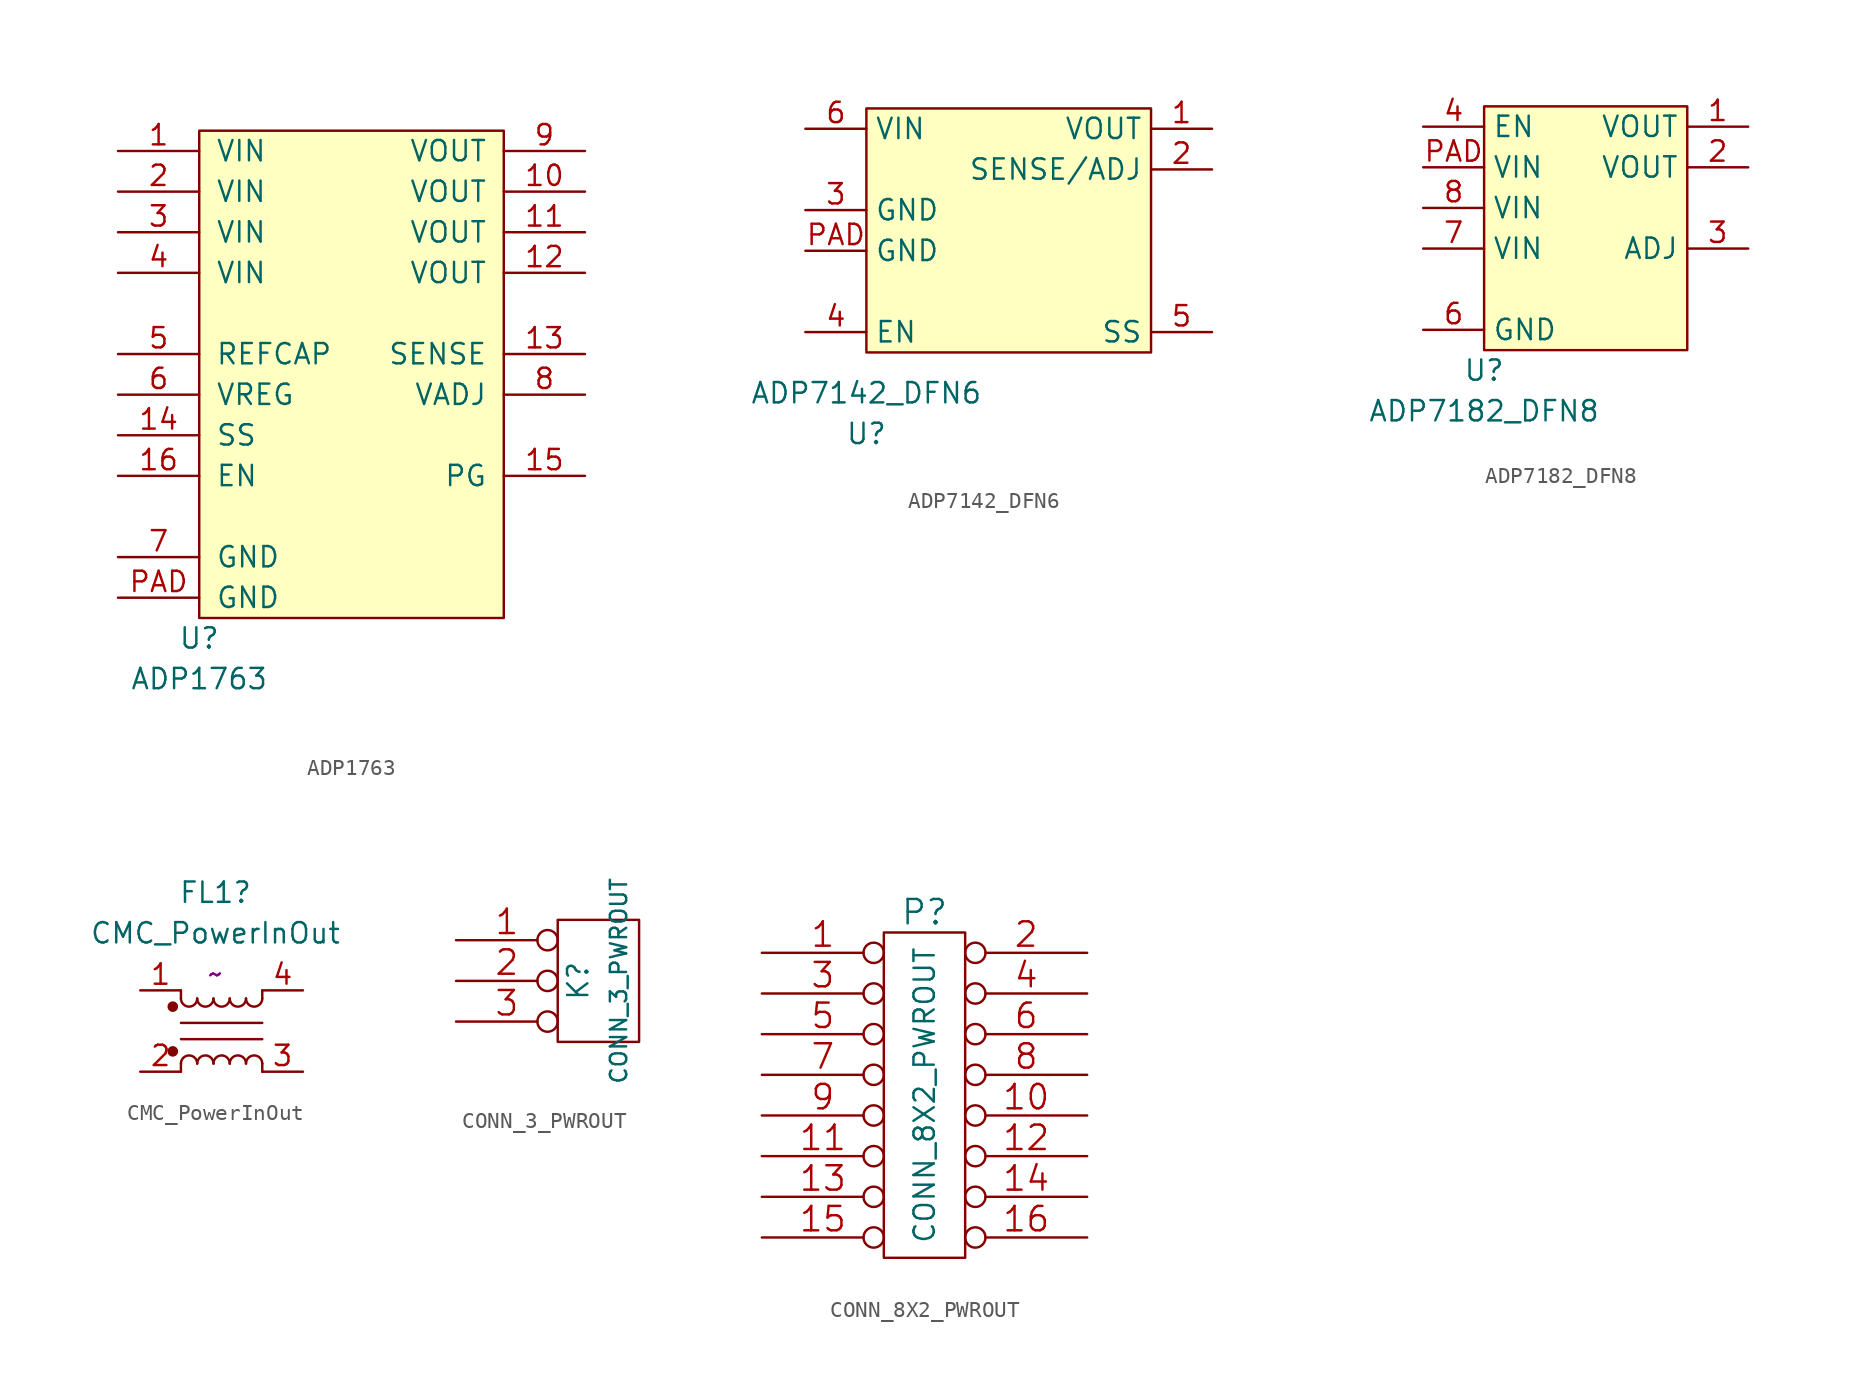
<source format=kicad_sym>
(kicad_symbol_lib
  (version 20231120)
  (generator "kicad_symbol_editor")
  (generator_version "8.0")
  (symbol "ADP1763"
    (pin_names
      (offset 1.016))
    (property "Reference" "U"
      (at 0 -1.27 0)
      (effects (font (size 1.27 1.27))))
    (property "Value" "ADP1763"
      (at 0 -3.81 0)
      (effects (font (size 1.27 1.27))))
    (symbol "ADP1763_0_1"
      (rectangle (start 0 30.48) (end 19.05 0) (stroke (width 0) (type default)) (fill (type background))))
    (symbol "ADP1763_1_1"
      (pin power_in line (at -5.08 29.21 0) (length 5.08) (name "VIN" (effects (font (size 1.27 1.27)))) (number "1" (effects (font (size 1.27 1.27)))))
      (pin power_in line (at 24.13 26.67 180) (length 5.08) (name "VOUT" (effects (font (size 1.27 1.27)))) (number "10" (effects (font (size 1.27 1.27)))))
      (pin power_in line (at 24.13 24.13 180) (length 5.08) (name "VOUT" (effects (font (size 1.27 1.27)))) (number "11" (effects (font (size 1.27 1.27)))))
      (pin power_in line (at 24.13 21.59 180) (length 5.08) (name "VOUT" (effects (font (size 1.27 1.27)))) (number "12" (effects (font (size 1.27 1.27)))))
      (pin input line (at 24.13 16.51 180) (length 5.08) (name "SENSE" (effects (font (size 1.27 1.27)))) (number "13" (effects (font (size 1.27 1.27)))))
      (pin passive line (at -5.08 11.43 0) (length 5.08) (name "SS" (effects (font (size 1.27 1.27)))) (number "14" (effects (font (size 1.27 1.27)))))
      (pin open_collector line (at 24.13 8.89 180) (length 5.08) (name "PG" (effects (font (size 1.27 1.27)))) (number "15" (effects (font (size 1.27 1.27)))))
      (pin input line (at -5.08 8.89 0) (length 5.08) (name "EN" (effects (font (size 1.27 1.27)))) (number "16" (effects (font (size 1.27 1.27)))))
      (pin power_in line (at -5.08 26.67 0) (length 5.08) (name "VIN" (effects (font (size 1.27 1.27)))) (number "2" (effects (font (size 1.27 1.27)))))
      (pin power_in line (at -5.08 24.13 0) (length 5.08) (name "VIN" (effects (font (size 1.27 1.27)))) (number "3" (effects (font (size 1.27 1.27)))))
      (pin power_in line (at -5.08 21.59 0) (length 5.08) (name "VIN" (effects (font (size 1.27 1.27)))) (number "4" (effects (font (size 1.27 1.27)))))
      (pin passive line (at -5.08 16.51 0) (length 5.08) (name "REFCAP" (effects (font (size 1.27 1.27)))) (number "5" (effects (font (size 1.27 1.27)))))
      (pin passive line (at -5.08 13.97 0) (length 5.08) (name "VREG" (effects (font (size 1.27 1.27)))) (number "6" (effects (font (size 1.27 1.27)))))
      (pin power_in line (at -5.08 3.81 0) (length 5.08) (name "GND" (effects (font (size 1.27 1.27)))) (number "7" (effects (font (size 1.27 1.27)))))
      (pin passive line (at 24.13 13.97 180) (length 5.08) (name "VADJ" (effects (font (size 1.27 1.27)))) (number "8" (effects (font (size 1.27 1.27)))))
      (pin power_out line (at 24.13 29.21 180) (length 5.08) (name "VOUT" (effects (font (size 1.27 1.27)))) (number "9" (effects (font (size 1.27 1.27)))))
      (pin power_in line (at -5.08 1.27 0) (length 5.08) (name "GND" (effects (font (size 1.27 1.27)))) (number "PAD" (effects (font (size 1.27 1.27)))))))
  (symbol "ADP7142_DFN6"
    (property "Reference" "U"
      (at 0 -5.08 0)
      (effects (font (size 1.27 1.27))))
    (property "Value" "ADP7142_DFN6"
      (at 0 -2.54 0)
      (effects (font (size 1.27 1.27))))
    (symbol "ADP7142_DFN6_0_1"
      (rectangle (start 0 15.24) (end 17.78 0) (stroke (width 0.152) (type default)) (fill (type background))))
    (symbol "ADP7142_DFN6_1_1"
      (pin power_out line (at 21.59 13.97 180) (length 3.81) (name "VOUT" (effects (font (size 1.27 1.27)))) (number "1" (effects (font (size 1.27 1.27)))))
      (pin input line (at 21.59 11.43 180) (length 3.81) (name "SENSE/ADJ" (effects (font (size 1.27 1.27)))) (number "2" (effects (font (size 1.27 1.27)))))
      (pin power_in line (at -3.81 8.89 0) (length 3.81) (name "GND" (effects (font (size 1.27 1.27)))) (number "3" (effects (font (size 1.27 1.27)))))
      (pin input line (at -3.81 1.27 0) (length 3.81) (name "EN" (effects (font (size 1.27 1.27)))) (number "4" (effects (font (size 1.27 1.27)))))
      (pin passive line (at 21.59 1.27 180) (length 3.81) (name "SS" (effects (font (size 1.27 1.27)))) (number "5" (effects (font (size 1.27 1.27)))))
      (pin power_in line (at -3.81 13.97 0) (length 3.81) (name "VIN" (effects (font (size 1.27 1.27)))) (number "6" (effects (font (size 1.27 1.27)))))
      (pin power_in line (at -3.81 6.35 0) (length 3.81) (name "GND" (effects (font (size 1.27 1.27)))) (number "PAD" (effects (font (size 1.27 1.27)))))))
  (symbol "ADP7182_DFN8"
    (property "Reference" "U"
      (at 0 -1.27 0)
      (effects (font (size 1.27 1.27))))
    (property "Value" "ADP7182_DFN8"
      (at 0 -3.81 0)
      (effects (font (size 1.27 1.27))))
    (symbol "ADP7182_DFN8_0_1"
      (rectangle (start 0 15.24) (end 12.7 0) (stroke (width 0.152) (type default)) (fill (type background))))
    (symbol "ADP7182_DFN8_1_1"
      (pin power_out line (at 16.51 13.97 180) (length 3.81) (name "VOUT" (effects (font (size 1.27 1.27)))) (number "1" (effects (font (size 1.27 1.27)))))
      (pin power_in line (at 16.51 11.43 180) (length 3.81) (name "VOUT" (effects (font (size 1.27 1.27)))) (number "2" (effects (font (size 1.27 1.27)))))
      (pin input line (at 16.51 6.35 180) (length 3.81) (name "ADJ" (effects (font (size 1.27 1.27)))) (number "3" (effects (font (size 1.27 1.27)))))
      (pin input line (at -3.81 13.97 0) (length 3.81) (name "EN" (effects (font (size 1.27 1.27)))) (number "4" (effects (font (size 1.27 1.27)))))
      (pin power_in line (at -3.81 1.27 0) (length 3.81) (name "GND" (effects (font (size 1.27 1.27)))) (number "6" (effects (font (size 1.27 1.27)))))
      (pin power_in line (at -3.81 6.35 0) (length 3.81) (name "VIN" (effects (font (size 1.27 1.27)))) (number "7" (effects (font (size 1.27 1.27)))))
      (pin power_in line (at -3.81 8.89 0) (length 3.81) (name "VIN" (effects (font (size 1.27 1.27)))) (number "8" (effects (font (size 1.27 1.27)))))
      (pin power_in line (at -3.81 11.43 0) (length 3.81) (name "VIN" (effects (font (size 1.27 1.27)))) (number "PAD" (effects (font (size 1.27 1.27)))))))
  (symbol "CMC_PowerInOut"
    (pin_names
      (offset 0.254) hide)
    (property "Reference" "FL1"
      (at -0.381 8.65 0)
      (effects (font (size 1.27 1.27))))
    (property "Value" "CMC_PowerInOut"
      (at -0.381 6.113 0)
      (effects (font (size 1.27 1.27))))
    (property "Datasheet" "~"
      (at -0.381 3.576 0)
      (effects (font (size 1.27 1.27))))
    (symbol "CMC_PowerInOut_0_1"
      (circle (center -3.048 -1.27) (radius 0.254) (stroke (width 0) (type default)) (fill (type outline)))
      (circle (center -3.048 1.524) (radius 0.254) (stroke (width 0) (type default)) (fill (type outline)))
      (arc (start -2.54 2.032) (mid -2.032 1.5262) (end -1.524 2.032) (stroke (width 0) (type default)) (fill (type none)))
      (arc (start -1.524 -2.032) (mid -2.032 -1.5262) (end -2.54 -2.032) (stroke (width 0) (type default)) (fill (type none)))
      (arc (start -1.524 2.032) (mid -1.016 1.5262) (end -0.508 2.032) (stroke (width 0) (type default)) (fill (type none)))
      (arc (start -0.508 -2.032) (mid -1.016 -1.5262) (end -1.524 -2.032) (stroke (width 0) (type default)) (fill (type none)))
      (arc (start -0.508 2.032) (mid 0 1.5262) (end 0.508 2.032) (stroke (width 0) (type default)) (fill (type none)))
      (polyline (pts (xy -2.54 -2.032) (xy -2.54 -2.54)) (stroke (width 0) (type default)) (fill (type none)))
      (polyline (pts (xy -2.54 0.508) (xy 2.54 0.508)) (stroke (width 0) (type default)) (fill (type none)))
      (polyline (pts (xy -2.54 2.032) (xy -2.54 2.54)) (stroke (width 0) (type default)) (fill (type none)))
      (polyline (pts (xy 2.54 -2.032) (xy 2.54 -2.54)) (stroke (width 0) (type default)) (fill (type none)))
      (polyline (pts (xy 2.54 -0.508) (xy -2.54 -0.508)) (stroke (width 0) (type default)) (fill (type none)))
      (polyline (pts (xy 2.54 2.54) (xy 2.54 2.032)) (stroke (width 0) (type default)) (fill (type none)))
      (arc (start 0.508 -2.032) (mid 0 -1.5262) (end -0.508 -2.032) (stroke (width 0) (type default)) (fill (type none)))
      (arc (start 0.508 2.032) (mid 1.016 1.5262) (end 1.524 2.032) (stroke (width 0) (type default)) (fill (type none)))
      (arc (start 1.524 -2.032) (mid 1.016 -1.5262) (end 0.508 -2.032) (stroke (width 0) (type default)) (fill (type none)))
      (arc (start 1.524 2.032) (mid 2.032 1.5262) (end 2.54 2.032) (stroke (width 0) (type default)) (fill (type none)))
      (arc (start 2.54 -2.032) (mid 2.032 -1.5262) (end 1.524 -2.032) (stroke (width 0) (type default)) (fill (type none))))
    (symbol "CMC_PowerInOut_1_1"
      (pin power_in line (at -5.08 2.54 0) (length 2.54) (name "1" (effects (font (size 1.27 1.27)))) (number "1" (effects (font (size 1.27 1.27)))))
      (pin power_in line (at -5.08 -2.54 0) (length 2.54) (name "2" (effects (font (size 1.27 1.27)))) (number "2" (effects (font (size 1.27 1.27)))))
      (pin power_out line (at 5.08 -2.54 180) (length 2.54) (name "3" (effects (font (size 1.27 1.27)))) (number "3" (effects (font (size 1.27 1.27)))))
      (pin power_out line (at 5.08 2.54 180) (length 2.54) (name "4" (effects (font (size 1.27 1.27)))) (number "4" (effects (font (size 1.27 1.27)))))))
  (symbol "CONN_3_PWROUT"
    (pin_names
      (offset 1.016) hide)
    (property "Reference" "K"
      (at -1.27 0 90)
      (effects (font (size 1.27 1.27))))
    (property "Value" "CONN_3_PWROUT"
      (at 1.27 0 90)
      (effects (font (size 1.016 1.016))))
    (property "Footprint" ""
      (at 0 0 0)
      (effects (font (size 1.524 1.524))))
    (property "Datasheet" ""
      (at 0 0 0)
      (effects (font (size 1.524 1.524))))
    (symbol "CONN_3_PWROUT_0_1"
      (rectangle (start -2.54 3.81) (end 2.54 -3.81) (stroke (width 0) (type default)) (fill (type none))))
    (symbol "CONN_3_PWROUT_1_1"
      (pin power_out inverted (at -8.89 2.54 0) (length 6.35) (name "P1" (effects (font (size 1.524 1.524)))) (number "1" (effects (font (size 1.524 1.524)))))
      (pin power_out inverted (at -8.89 0 0) (length 6.35) (name "PM" (effects (font (size 1.524 1.524)))) (number "2" (effects (font (size 1.524 1.524)))))
      (pin passive inverted (at -8.89 -2.54 0) (length 6.35) (name "P3" (effects (font (size 1.524 1.524)))) (number "3" (effects (font (size 1.524 1.524)))))))
  (symbol "CONN_8X2_PWROUT"
    (pin_names
      (offset 1.016))
    (property "Reference" "P"
      (at 0 11.43 0)
      (effects (font (size 1.524 1.524))))
    (property "Value" "CONN_8X2_PWROUT"
      (at 0 0 90)
      (effects (font (size 1.27 1.27))))
    (property "Footprint" ""
      (at 0 0 0)
      (effects (font (size 1.524 1.524))))
    (property "Datasheet" ""
      (at 0 0 0)
      (effects (font (size 1.524 1.524))))
    (symbol "CONN_8X2_PWROUT_0_1"
      (rectangle (start -2.54 10.16) (end 2.54 -10.16) (stroke (width 0) (type default)) (fill (type none))))
    (symbol "CONN_8X2_PWROUT_1_1"
      (pin power_out inverted (at -10.16 8.89 0) (length 7.62) (name "~" (effects (font (size 1.524 1.524)))) (number "1" (effects (font (size 1.524 1.524)))))
      (pin passive inverted (at 10.16 -1.27 180) (length 7.62) (name "~" (effects (font (size 1.524 1.524)))) (number "10" (effects (font (size 1.524 1.524)))))
      (pin passive inverted (at -10.16 -3.81 0) (length 7.62) (name "~" (effects (font (size 1.524 1.524)))) (number "11" (effects (font (size 1.524 1.524)))))
      (pin passive inverted (at 10.16 -3.81 180) (length 7.62) (name "~" (effects (font (size 1.524 1.524)))) (number "12" (effects (font (size 1.524 1.524)))))
      (pin passive inverted (at -10.16 -6.35 0) (length 7.62) (name "~" (effects (font (size 1.524 1.524)))) (number "13" (effects (font (size 1.524 1.524)))))
      (pin passive inverted (at 10.16 -6.35 180) (length 7.62) (name "~" (effects (font (size 1.524 1.524)))) (number "14" (effects (font (size 1.524 1.524)))))
      (pin passive inverted (at -10.16 -8.89 0) (length 7.62) (name "~" (effects (font (size 1.524 1.524)))) (number "15" (effects (font (size 1.524 1.524)))))
      (pin passive inverted (at 10.16 -8.89 180) (length 7.62) (name "~" (effects (font (size 1.524 1.524)))) (number "16" (effects (font (size 1.524 1.524)))))
      (pin power_out inverted (at 10.16 8.89 180) (length 7.62) (name "~" (effects (font (size 1.524 1.524)))) (number "2" (effects (font (size 1.524 1.524)))))
      (pin passive inverted (at -10.16 6.35 0) (length 7.62) (name "~" (effects (font (size 1.524 1.524)))) (number "3" (effects (font (size 1.524 1.524)))))
      (pin passive inverted (at 10.16 6.35 180) (length 7.62) (name "~" (effects (font (size 1.524 1.524)))) (number "4" (effects (font (size 1.524 1.524)))))
      (pin passive inverted (at -10.16 3.81 0) (length 7.62) (name "~" (effects (font (size 1.524 1.524)))) (number "5" (effects (font (size 1.524 1.524)))))
      (pin passive inverted (at 10.16 3.81 180) (length 7.62) (name "~" (effects (font (size 1.524 1.524)))) (number "6" (effects (font (size 1.524 1.524)))))
      (pin passive inverted (at -10.16 1.27 0) (length 7.62) (name "~" (effects (font (size 1.524 1.524)))) (number "7" (effects (font (size 1.524 1.524)))))
      (pin passive inverted (at 10.16 1.27 180) (length 7.62) (name "~" (effects (font (size 1.524 1.524)))) (number "8" (effects (font (size 1.524 1.524)))))
      (pin passive inverted (at -10.16 -1.27 0) (length 7.62) (name "~" (effects (font (size 1.524 1.524)))) (number "9" (effects (font (size 1.524 1.524))))))))
</source>
